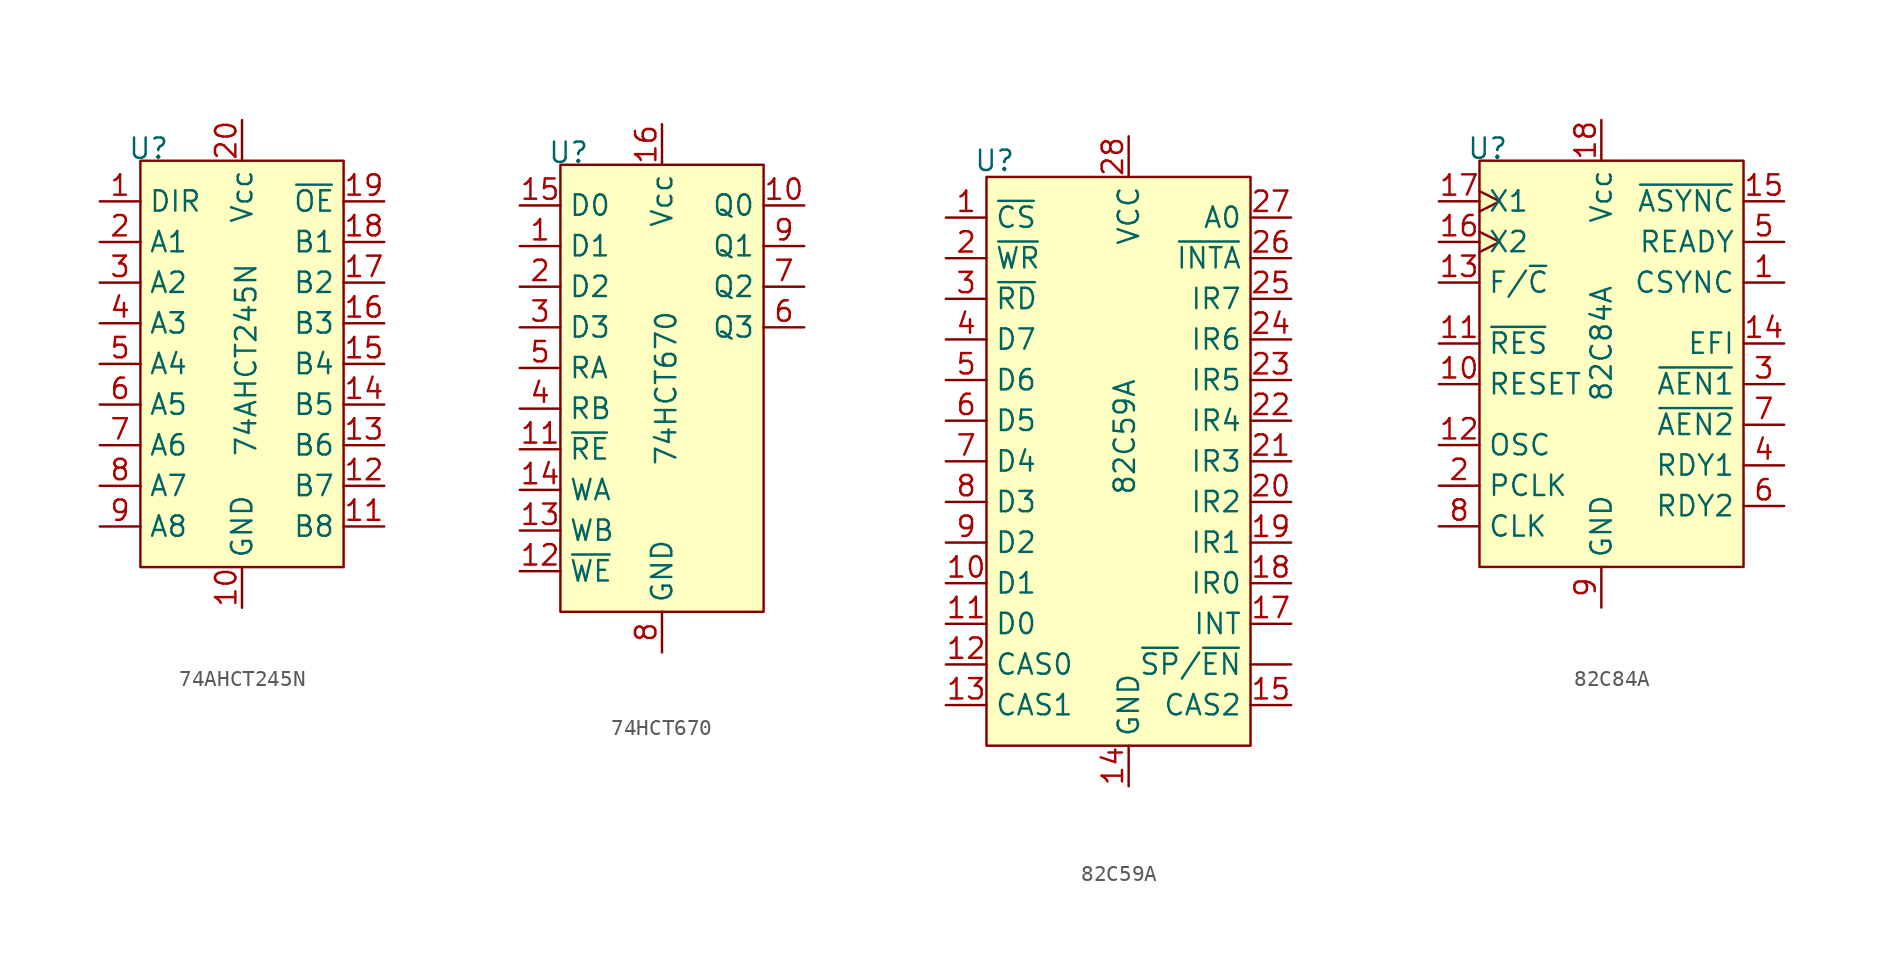
<source format=kicad_sym>
(kicad_symbol_lib
  (version 20231120)
  (generator "kicad_symbol_editor")
  (generator_version "8.0")
  (symbol "74AHCT245N"
    (property "Reference" "U"
      (at 0.508 0.762 0)
      (effects (font (size 1.27 1.27))))
    (property "Value" "74AHCT245N"
      (at 6.604 -12.446 90)
      (effects (font (size 1.27 1.27))))
    (symbol "74AHCT245N_1_1"
      (rectangle (start 0 0) (end 12.7 -25.4) (stroke (width 0) (type default)) (fill (type background)))
      (pin input line (at -2.54 -2.54 0) (length 2.54) (name "DIR" (effects (font (size 1.27 1.27)))) (number "1" (effects (font (size 1.27 1.27)))))
      (pin power_in line (at 6.35 -27.94 90) (length 2.54) (name "GND" (effects (font (size 1.27 1.27)))) (number "10" (effects (font (size 1.27 1.27)))))
      (pin bidirectional line (at 15.24 -22.86 180) (length 2.54) (name "B8" (effects (font (size 1.27 1.27)))) (number "11" (effects (font (size 1.27 1.27)))))
      (pin bidirectional line (at 15.24 -20.32 180) (length 2.54) (name "B7" (effects (font (size 1.27 1.27)))) (number "12" (effects (font (size 1.27 1.27)))))
      (pin bidirectional line (at 15.24 -17.78 180) (length 2.54) (name "B6" (effects (font (size 1.27 1.27)))) (number "13" (effects (font (size 1.27 1.27)))))
      (pin bidirectional line (at 15.24 -15.24 180) (length 2.54) (name "B5" (effects (font (size 1.27 1.27)))) (number "14" (effects (font (size 1.27 1.27)))))
      (pin bidirectional line (at 15.24 -12.7 180) (length 2.54) (name "B4" (effects (font (size 1.27 1.27)))) (number "15" (effects (font (size 1.27 1.27)))))
      (pin bidirectional line (at 15.24 -10.16 180) (length 2.54) (name "B3" (effects (font (size 1.27 1.27)))) (number "16" (effects (font (size 1.27 1.27)))))
      (pin bidirectional line (at 15.24 -7.62 180) (length 2.54) (name "B2" (effects (font (size 1.27 1.27)))) (number "17" (effects (font (size 1.27 1.27)))))
      (pin bidirectional line (at 15.24 -5.08 180) (length 2.54) (name "B1" (effects (font (size 1.27 1.27)))) (number "18" (effects (font (size 1.27 1.27)))))
      (pin input line (at 15.24 -2.54 180) (length 2.54) (name "~{OE}" (effects (font (size 1.27 1.27)))) (number "19" (effects (font (size 1.27 1.27)))))
      (pin bidirectional line (at -2.54 -5.08 0) (length 2.54) (name "A1" (effects (font (size 1.27 1.27)))) (number "2" (effects (font (size 1.27 1.27)))))
      (pin power_in line (at 6.35 2.54 270) (length 2.54) (name "Vcc" (effects (font (size 1.27 1.27)))) (number "20" (effects (font (size 1.27 1.27)))))
      (pin bidirectional line (at -2.54 -7.62 0) (length 2.54) (name "A2" (effects (font (size 1.27 1.27)))) (number "3" (effects (font (size 1.27 1.27)))))
      (pin bidirectional line (at -2.54 -10.16 0) (length 2.54) (name "A3" (effects (font (size 1.27 1.27)))) (number "4" (effects (font (size 1.27 1.27)))))
      (pin bidirectional line (at -2.54 -12.7 0) (length 2.54) (name "A4" (effects (font (size 1.27 1.27)))) (number "5" (effects (font (size 1.27 1.27)))))
      (pin bidirectional line (at -2.54 -15.24 0) (length 2.54) (name "A5" (effects (font (size 1.27 1.27)))) (number "6" (effects (font (size 1.27 1.27)))))
      (pin bidirectional line (at -2.54 -17.78 0) (length 2.54) (name "A6" (effects (font (size 1.27 1.27)))) (number "7" (effects (font (size 1.27 1.27)))))
      (pin bidirectional line (at -2.54 -20.32 0) (length 2.54) (name "A7" (effects (font (size 1.27 1.27)))) (number "8" (effects (font (size 1.27 1.27)))))
      (pin input line (at -2.54 -22.86 0) (length 2.54) (name "A8" (effects (font (size 1.27 1.27)))) (number "9" (effects (font (size 1.27 1.27)))))))
  (symbol "74HCT670"
    (property "Reference" "U"
      (at 0.508 0.762 0)
      (effects (font (size 1.27 1.27))))
    (property "Value" "74HCT670"
      (at 6.604 -13.97 90)
      (effects (font (size 1.27 1.27))))
    (symbol "74HCT670_1_1"
      (rectangle (start 0 0) (end 12.7 -27.94) (stroke (width 0) (type default)) (fill (type background)))
      (pin input line (at -2.54 -5.08 0) (length 2.54) (name "D1" (effects (font (size 1.27 1.27)))) (number "1" (effects (font (size 1.27 1.27)))))
      (pin tri_state line (at 15.24 -2.54 180) (length 2.54) (name "Q0" (effects (font (size 1.27 1.27)))) (number "10" (effects (font (size 1.27 1.27)))))
      (pin input line (at -2.54 -17.78 0) (length 2.54) (name "~{RE}" (effects (font (size 1.27 1.27)))) (number "11" (effects (font (size 1.27 1.27)))))
      (pin input line (at -2.54 -25.4 0) (length 2.54) (name "~{WE}" (effects (font (size 1.27 1.27)))) (number "12" (effects (font (size 1.27 1.27)))))
      (pin input line (at -2.54 -22.86 0) (length 2.54) (name "WB" (effects (font (size 1.27 1.27)))) (number "13" (effects (font (size 1.27 1.27)))))
      (pin input line (at -2.54 -20.32 0) (length 2.54) (name "WA" (effects (font (size 1.27 1.27)))) (number "14" (effects (font (size 1.27 1.27)))))
      (pin input line (at -2.54 -2.54 0) (length 2.54) (name "D0" (effects (font (size 1.27 1.27)))) (number "15" (effects (font (size 1.27 1.27)))))
      (pin power_in line (at 6.35 2.54 270) (length 2.54) (name "Vcc" (effects (font (size 1.27 1.27)))) (number "16" (effects (font (size 1.27 1.27)))))
      (pin input line (at -2.54 -7.62 0) (length 2.54) (name "D2" (effects (font (size 1.27 1.27)))) (number "2" (effects (font (size 1.27 1.27)))))
      (pin input line (at -2.54 -10.16 0) (length 2.54) (name "D3" (effects (font (size 1.27 1.27)))) (number "3" (effects (font (size 1.27 1.27)))))
      (pin input line (at -2.54 -15.24 0) (length 2.54) (name "RB" (effects (font (size 1.27 1.27)))) (number "4" (effects (font (size 1.27 1.27)))))
      (pin input line (at -2.54 -12.7 0) (length 2.54) (name "RA" (effects (font (size 1.27 1.27)))) (number "5" (effects (font (size 1.27 1.27)))))
      (pin tri_state line (at 15.24 -10.16 180) (length 2.54) (name "Q3" (effects (font (size 1.27 1.27)))) (number "6" (effects (font (size 1.27 1.27)))))
      (pin tri_state line (at 15.24 -7.62 180) (length 2.54) (name "Q2" (effects (font (size 1.27 1.27)))) (number "7" (effects (font (size 1.27 1.27)))))
      (pin power_in line (at 6.35 -30.48 90) (length 2.54) (name "GND" (effects (font (size 1.27 1.27)))) (number "8" (effects (font (size 1.27 1.27)))))
      (pin tri_state line (at 15.24 -5.08 180) (length 2.54) (name "Q1" (effects (font (size 1.27 1.27)))) (number "9" (effects (font (size 1.27 1.27)))))))
  (symbol "82C59A"
    (property "Reference" "U"
      (at 0.508 1.016 0)
      (effects (font (size 1.27 1.27))))
    (property "Value" "82C59A"
      (at 8.636 -16.256 90)
      (effects (font (size 1.27 1.27))))
    (symbol "82C59A_1_1"
      (rectangle (start 0 0) (end 16.51 -35.56) (stroke (width 0) (type default)) (fill (type background)))
      (pin input line (at 19.05 -30.48 180) (length 2.54) (name "~{SP}/~{EN}" (effects (font (size 1.27 1.27)))) (number "" (effects (font (size 1.27 1.27)))))
      (pin input line (at -2.54 -2.54 0) (length 2.54) (name "~{CS}" (effects (font (size 1.27 1.27)))) (number "1" (effects (font (size 1.27 1.27)))))
      (pin input line (at -2.54 -25.4 0) (length 2.54) (name "D1" (effects (font (size 1.27 1.27)))) (number "10" (effects (font (size 1.27 1.27)))))
      (pin input line (at -2.54 -27.94 0) (length 2.54) (name "D0" (effects (font (size 1.27 1.27)))) (number "11" (effects (font (size 1.27 1.27)))))
      (pin input line (at -2.54 -30.48 0) (length 2.54) (name "CAS0" (effects (font (size 1.27 1.27)))) (number "12" (effects (font (size 1.27 1.27)))))
      (pin input line (at -2.54 -33.02 0) (length 2.54) (name "CAS1" (effects (font (size 1.27 1.27)))) (number "13" (effects (font (size 1.27 1.27)))))
      (pin power_in line (at 8.89 -38.1 90) (length 2.54) (name "GND" (effects (font (size 1.27 1.27)))) (number "14" (effects (font (size 1.27 1.27)))))
      (pin input line (at 19.05 -33.02 180) (length 2.54) (name "CAS2" (effects (font (size 1.27 1.27)))) (number "15" (effects (font (size 1.27 1.27)))))
      (pin input line (at 19.05 -27.94 180) (length 2.54) (name "INT" (effects (font (size 1.27 1.27)))) (number "17" (effects (font (size 1.27 1.27)))))
      (pin input line (at 19.05 -25.4 180) (length 2.54) (name "IR0" (effects (font (size 1.27 1.27)))) (number "18" (effects (font (size 1.27 1.27)))))
      (pin input line (at 19.05 -22.86 180) (length 2.54) (name "IR1" (effects (font (size 1.27 1.27)))) (number "19" (effects (font (size 1.27 1.27)))))
      (pin input line (at -2.54 -5.08 0) (length 2.54) (name "~{WR}" (effects (font (size 1.27 1.27)))) (number "2" (effects (font (size 1.27 1.27)))))
      (pin input line (at 19.05 -20.32 180) (length 2.54) (name "IR2" (effects (font (size 1.27 1.27)))) (number "20" (effects (font (size 1.27 1.27)))))
      (pin input line (at 19.05 -17.78 180) (length 2.54) (name "IR3" (effects (font (size 1.27 1.27)))) (number "21" (effects (font (size 1.27 1.27)))))
      (pin input line (at 19.05 -15.24 180) (length 2.54) (name "IR4" (effects (font (size 1.27 1.27)))) (number "22" (effects (font (size 1.27 1.27)))))
      (pin input line (at 19.05 -12.7 180) (length 2.54) (name "IR5" (effects (font (size 1.27 1.27)))) (number "23" (effects (font (size 1.27 1.27)))))
      (pin input line (at 19.05 -10.16 180) (length 2.54) (name "IR6" (effects (font (size 1.27 1.27)))) (number "24" (effects (font (size 1.27 1.27)))))
      (pin input line (at 19.05 -7.62 180) (length 2.54) (name "IR7" (effects (font (size 1.27 1.27)))) (number "25" (effects (font (size 1.27 1.27)))))
      (pin input line (at 19.05 -5.08 180) (length 2.54) (name "~{INTA}" (effects (font (size 1.27 1.27)))) (number "26" (effects (font (size 1.27 1.27)))))
      (pin input line (at 19.05 -2.54 180) (length 2.54) (name "A0" (effects (font (size 1.27 1.27)))) (number "27" (effects (font (size 1.27 1.27)))))
      (pin power_in line (at 8.89 2.54 270) (length 2.54) (name "VCC" (effects (font (size 1.27 1.27)))) (number "28" (effects (font (size 1.27 1.27)))))
      (pin input line (at -2.54 -7.62 0) (length 2.54) (name "~{RD}" (effects (font (size 1.27 1.27)))) (number "3" (effects (font (size 1.27 1.27)))))
      (pin input line (at -2.54 -10.16 0) (length 2.54) (name "D7" (effects (font (size 1.27 1.27)))) (number "4" (effects (font (size 1.27 1.27)))))
      (pin input line (at -2.54 -12.7 0) (length 2.54) (name "D6" (effects (font (size 1.27 1.27)))) (number "5" (effects (font (size 1.27 1.27)))))
      (pin input line (at -2.54 -15.24 0) (length 2.54) (name "D5" (effects (font (size 1.27 1.27)))) (number "6" (effects (font (size 1.27 1.27)))))
      (pin input line (at -2.54 -17.78 0) (length 2.54) (name "D4" (effects (font (size 1.27 1.27)))) (number "7" (effects (font (size 1.27 1.27)))))
      (pin input line (at -2.54 -20.32 0) (length 2.54) (name "D3" (effects (font (size 1.27 1.27)))) (number "8" (effects (font (size 1.27 1.27)))))
      (pin input line (at -2.54 -22.86 0) (length 2.54) (name "D2" (effects (font (size 1.27 1.27)))) (number "9" (effects (font (size 1.27 1.27)))))))
  (symbol "82C84A"
    (property "Reference" "U"
      (at 0.508 0.762 0)
      (effects (font (size 1.27 1.27))))
    (property "Value" "82C84A"
      (at 7.62 -11.43 90)
      (effects (font (size 1.27 1.27))))
    (symbol "82C84A_1_1"
      (rectangle (start 0 0) (end 16.51 -25.4) (stroke (width 0) (type default)) (fill (type background)))
      (pin input line (at 19.05 -7.62 180) (length 2.54) (name "CSYNC" (effects (font (size 1.27 1.27)))) (number "1" (effects (font (size 1.27 1.27)))))
      (pin output line (at -2.54 -13.97 0) (length 2.54) (name "RESET" (effects (font (size 1.27 1.27)))) (number "10" (effects (font (size 1.27 1.27)))))
      (pin input line (at -2.54 -11.43 0) (length 2.54) (name "~{RES}" (effects (font (size 1.27 1.27)))) (number "11" (effects (font (size 1.27 1.27)))))
      (pin output line (at -2.54 -17.78 0) (length 2.54) (name "OSC" (effects (font (size 1.27 1.27)))) (number "12" (effects (font (size 1.27 1.27)))))
      (pin input line (at -2.54 -7.62 0) (length 2.54) (name "F/~{C}" (effects (font (size 1.27 1.27)))) (number "13" (effects (font (size 1.27 1.27)))))
      (pin input line (at 19.05 -11.43 180) (length 2.54) (name "EFI" (effects (font (size 1.27 1.27)))) (number "14" (effects (font (size 1.27 1.27)))))
      (pin input line (at 19.05 -2.54 180) (length 2.54) (name "~{ASYNC}" (effects (font (size 1.27 1.27)))) (number "15" (effects (font (size 1.27 1.27)))))
      (pin input clock (at -2.54 -5.08 0) (length 2.54) (name "X2" (effects (font (size 1.27 1.27)))) (number "16" (effects (font (size 1.27 1.27)))))
      (pin input clock (at -2.54 -2.54 0) (length 2.54) (name "X1" (effects (font (size 1.27 1.27)))) (number "17" (effects (font (size 1.27 1.27)))))
      (pin power_in line (at 7.62 2.54 270) (length 2.54) (name "Vcc" (effects (font (size 1.27 1.27)))) (number "18" (effects (font (size 1.27 1.27)))))
      (pin output line (at -2.54 -20.32 0) (length 2.54) (name "PCLK" (effects (font (size 1.27 1.27)))) (number "2" (effects (font (size 1.27 1.27)))))
      (pin input line (at 19.05 -13.97 180) (length 2.54) (name "~{AEN1}" (effects (font (size 1.27 1.27)))) (number "3" (effects (font (size 1.27 1.27)))))
      (pin input line (at 19.05 -19.05 180) (length 2.54) (name "RDY1" (effects (font (size 1.27 1.27)))) (number "4" (effects (font (size 1.27 1.27)))))
      (pin output line (at 19.05 -5.08 180) (length 2.54) (name "READY" (effects (font (size 1.27 1.27)))) (number "5" (effects (font (size 1.27 1.27)))))
      (pin input line (at 19.05 -21.59 180) (length 2.54) (name "RDY2" (effects (font (size 1.27 1.27)))) (number "6" (effects (font (size 1.27 1.27)))))
      (pin input line (at 19.05 -16.51 180) (length 2.54) (name "~{AEN2}" (effects (font (size 1.27 1.27)))) (number "7" (effects (font (size 1.27 1.27)))))
      (pin output line (at -2.54 -22.86 0) (length 2.54) (name "CLK" (effects (font (size 1.27 1.27)))) (number "8" (effects (font (size 1.27 1.27)))))
      (pin power_in line (at 7.62 -27.94 90) (length 2.54) (name "GND" (effects (font (size 1.27 1.27)))) (number "9" (effects (font (size 1.27 1.27))))))))
</source>
